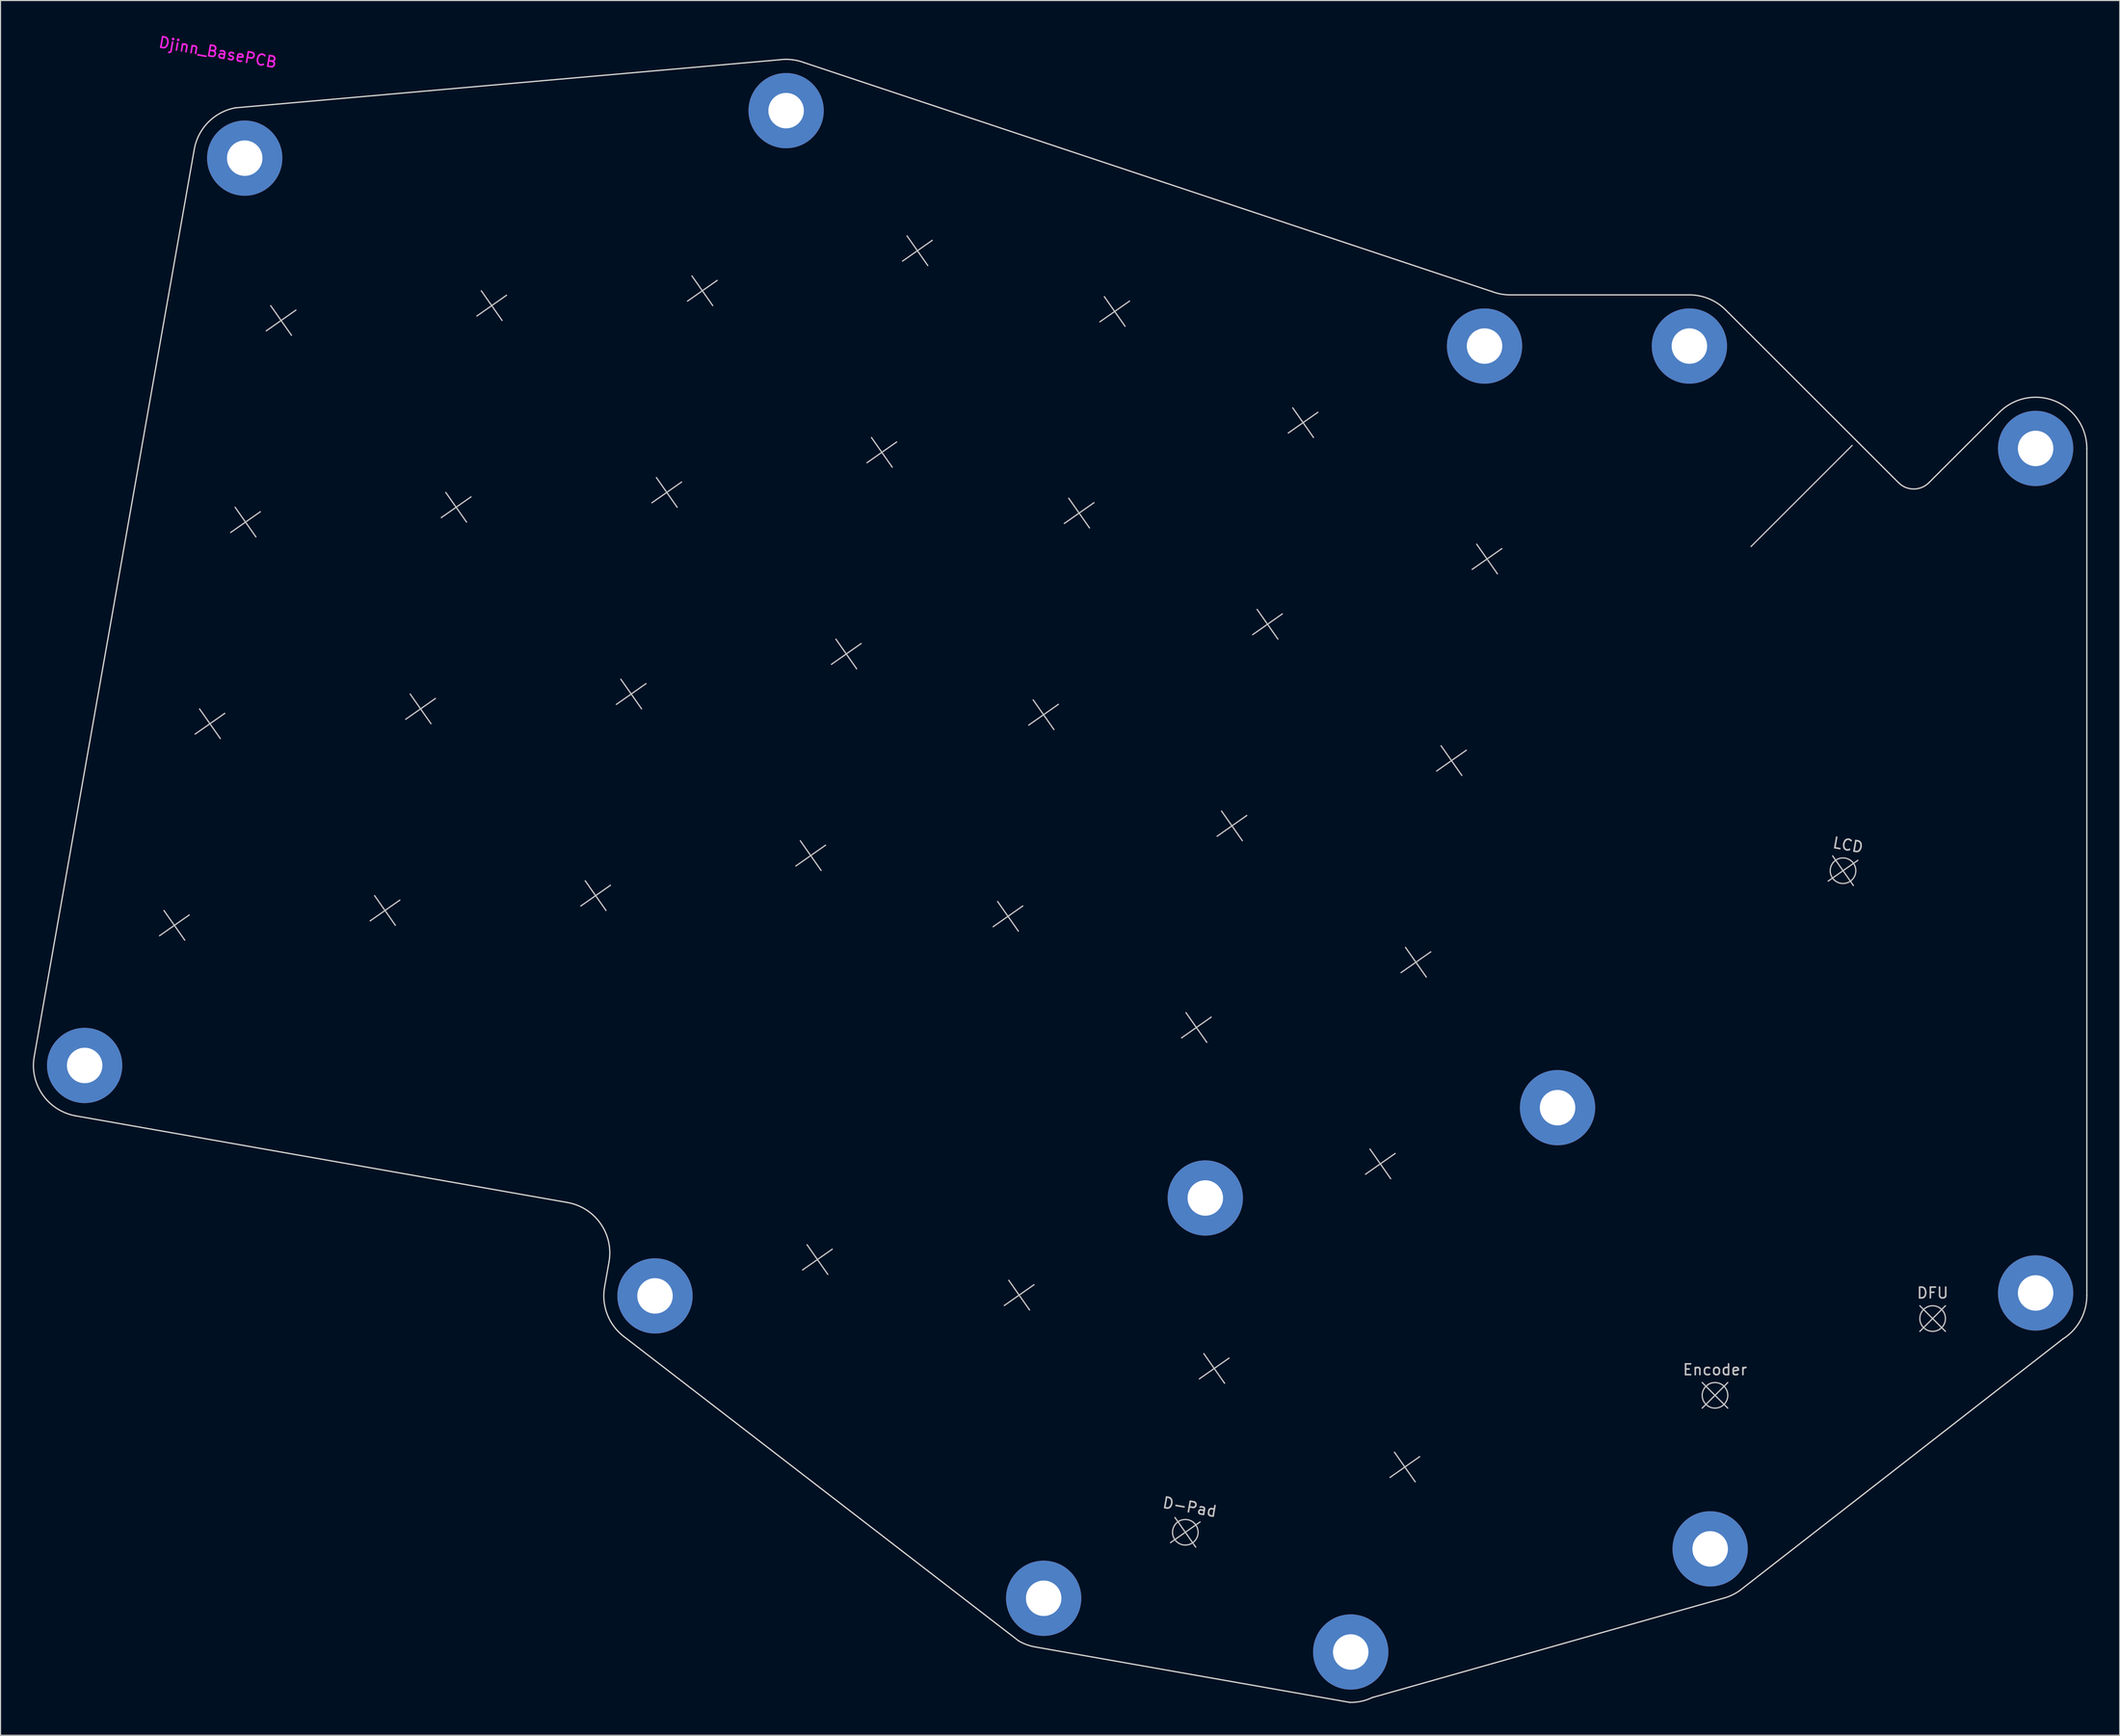
<source format=kicad_pcb>
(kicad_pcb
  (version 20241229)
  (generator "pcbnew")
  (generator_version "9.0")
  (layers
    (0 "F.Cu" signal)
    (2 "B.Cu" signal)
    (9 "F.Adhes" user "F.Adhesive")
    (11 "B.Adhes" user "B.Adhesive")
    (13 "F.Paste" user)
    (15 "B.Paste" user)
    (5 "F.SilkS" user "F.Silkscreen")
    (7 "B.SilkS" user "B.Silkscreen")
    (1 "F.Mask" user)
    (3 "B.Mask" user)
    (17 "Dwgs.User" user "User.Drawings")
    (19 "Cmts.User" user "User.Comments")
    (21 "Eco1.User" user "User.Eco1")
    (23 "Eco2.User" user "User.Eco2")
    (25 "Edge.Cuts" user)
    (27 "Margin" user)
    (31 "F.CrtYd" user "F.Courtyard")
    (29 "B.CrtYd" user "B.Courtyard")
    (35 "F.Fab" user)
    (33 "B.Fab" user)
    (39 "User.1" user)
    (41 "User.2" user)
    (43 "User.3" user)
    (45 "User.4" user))
  (footprint "Djinn_BasePCB"
    (layer "F.Cu")
    (at 23.09 26.77)
    (property "Reference" "Djinn_BasePCB" (at -5.88 -24.95 350) (layer "F.CrtYd") (effects (font (size 1 1) (thickness 0.15))))
    (attr through_hole)
    (fp_line (start -10.89 54.903) (end -8.958 57.661) (stroke (width 0.12) (type solid)) (layer "Dwgs.User"))
    (fp_line (start -8.545 55.316) (end -11.303 57.248) (stroke (width 0.12) (type solid)) (layer "Dwgs.User"))
    (fp_line (start -7.582 36.142) (end -5.65 38.901) (stroke (width 0.12) (type solid)) (layer "Dwgs.User"))
    (fp_line (start -5.237 36.556) (end -7.995 38.487) (stroke (width 0.12) (type solid)) (layer "Dwgs.User"))
    (fp_line (start -4.274 17.381) (end -2.342 20.14) (stroke (width 0.12) (type solid)) (layer "Dwgs.User"))
    (fp_line (start -1.929 17.795) (end -4.687 19.726) (stroke (width 0.12) (type solid)) (layer "Dwgs.User"))
    (fp_line (start -0.966 -1.379) (end 0.966 1.379) (stroke (width 0.12) (type solid)) (layer "Dwgs.User"))
    (fp_line (start 1.379 -0.966) (end -1.379 0.966) (stroke (width 0.12) (type solid)) (layer "Dwgs.User"))
    (fp_line (start 8.698 53.521) (end 10.629 56.279) (stroke (width 0.12) (type solid)) (layer "Dwgs.User"))
    (fp_line (start 11.043 53.934) (end 8.284 55.866) (stroke (width 0.12) (type solid)) (layer "Dwgs.User"))
    (fp_line (start 12.006 34.76) (end 13.937 37.518) (stroke (width 0.12) (type solid)) (layer "Dwgs.User"))
    (fp_line (start 14.351 35.173) (end 11.592 37.105) (stroke (width 0.12) (type solid)) (layer "Dwgs.User"))
    (fp_line (start 15.314 15.999) (end 17.245 18.758) (stroke (width 0.12) (type solid)) (layer "Dwgs.User"))
    (fp_line (start 17.659 16.413) (end 14.9 18.344) (stroke (width 0.12) (type solid)) (layer "Dwgs.User"))
    (fp_line (start 18.622 -2.761) (end 20.553 -0.003) (stroke (width 0.12) (type solid)) (layer "Dwgs.User"))
    (fp_line (start 20.967 -2.348) (end 18.208 -0.416) (stroke (width 0.12) (type solid)) (layer "Dwgs.User"))
    (fp_line (start 28.286 52.138) (end 30.217 54.897) (stroke (width 0.12) (type solid)) (layer "Dwgs.User"))
    (fp_line (start 30.631 52.552) (end 27.872 54.483) (stroke (width 0.12) (type solid)) (layer "Dwgs.User"))
    (fp_line (start 31.594 33.378) (end 33.525 36.136) (stroke (width 0.12) (type solid)) (layer "Dwgs.User"))
    (fp_line (start 33.939 33.791) (end 31.18 35.723) (stroke (width 0.12) (type solid)) (layer "Dwgs.User"))
    (fp_line (start 34.902 14.617) (end 36.833 17.376) (stroke (width 0.12) (type solid)) (layer "Dwgs.User"))
    (fp_line (start 37.247 15.031) (end 34.488 16.962) (stroke (width 0.12) (type solid)) (layer "Dwgs.User"))
    (fp_line (start 38.21 -4.144) (end 40.141 -1.385) (stroke (width 0.12) (type solid)) (layer "Dwgs.User"))
    (fp_line (start 40.555 -3.73) (end 37.796 -1.799) (stroke (width 0.12) (type solid)) (layer "Dwgs.User"))
    (fp_line (start 48.287 48.411) (end 50.218 51.17) (stroke (width 0.12) (type solid)) (layer "Dwgs.User"))
    (fp_line (start 48.913 86) (end 50.844 88.759) (stroke (width 0.12) (type solid)) (layer "Dwgs.User"))
    (fp_line (start 50.632 48.825) (end 47.873 50.756) (stroke (width 0.12) (type solid)) (layer "Dwgs.User"))
    (fp_line (start 51.258 86.414) (end 48.499 88.346) (stroke (width 0.12) (type solid)) (layer "Dwgs.User"))
    (fp_line (start 51.595 29.65) (end 53.526 32.409) (stroke (width 0.12) (type solid)) (layer "Dwgs.User"))
    (fp_line (start 53.94 30.064) (end 51.181 31.996) (stroke (width 0.12) (type solid)) (layer "Dwgs.User"))
    (fp_line (start 54.903 10.89) (end 56.834 13.648) (stroke (width 0.12) (type solid)) (layer "Dwgs.User"))
    (fp_line (start 57.248 11.303) (end 54.489 13.235) (stroke (width 0.12) (type solid)) (layer "Dwgs.User"))
    (fp_line (start 58.211 -7.871) (end 60.142 -5.112) (stroke (width 0.12) (type solid)) (layer "Dwgs.User"))
    (fp_line (start 60.556 -7.457) (end 57.797 -5.526) (stroke (width 0.12) (type solid)) (layer "Dwgs.User"))
    (fp_line (start 66.634 54.064) (end 68.565 56.823) (stroke (width 0.12) (type solid)) (layer "Dwgs.User"))
    (fp_line (start 67.673 89.308) (end 69.605 92.067) (stroke (width 0.12) (type solid)) (layer "Dwgs.User"))
    (fp_line (start 68.979 54.478) (end 66.22 56.409) (stroke (width 0.12) (type solid)) (layer "Dwgs.User"))
    (fp_line (start 69.942 35.304) (end 71.873 38.062) (stroke (width 0.12) (type solid)) (layer "Dwgs.User"))
    (fp_line (start 70.018 89.722) (end 67.26 91.654) (stroke (width 0.12) (type solid)) (layer "Dwgs.User"))
    (fp_line (start 72.287 35.717) (end 69.528 37.649) (stroke (width 0.12) (type solid)) (layer "Dwgs.User"))
    (fp_line (start 73.25 16.543) (end 75.181 19.302) (stroke (width 0.12) (type solid)) (layer "Dwgs.User"))
    (fp_line (start 75.595 16.956) (end 72.836 18.888) (stroke (width 0.12) (type solid)) (layer "Dwgs.User"))
    (fp_line (start 76.558 -2.218) (end 78.489 0.541) (stroke (width 0.12) (type solid)) (layer "Dwgs.User"))
    (fp_line (start 78.903 -1.804) (end 76.144 0.127) (stroke (width 0.12) (type solid)) (layer "Dwgs.User"))
    (fp_line (start 83.126 111.377) (end 85.058 114.136) (stroke (width 0.12) (type solid)) (layer "Dwgs.User"))
    (fp_line (start 84.154 64.408) (end 86.086 67.166) (stroke (width 0.12) (type solid)) (layer "Dwgs.User"))
    (fp_line (start 85.471 111.791) (end 82.712 113.722) (stroke (width 0.12) (type solid)) (layer "Dwgs.User"))
    (fp_line (start 85.814 96.134) (end 87.745 98.893) (stroke (width 0.12) (type solid)) (layer "Dwgs.User"))
    (fp_line (start 86.499 64.821) (end 83.741 66.753) (stroke (width 0.12) (type solid)) (layer "Dwgs.User"))
    (fp_line (start 87.462 45.647) (end 89.394 48.405) (stroke (width 0.12) (type solid)) (layer "Dwgs.User"))
    (fp_line (start 88.159 96.548) (end 85.4 98.479) (stroke (width 0.12) (type solid)) (layer "Dwgs.User"))
    (fp_line (start 89.807 46.06) (end 87.049 47.992) (stroke (width 0.12) (type solid)) (layer "Dwgs.User"))
    (fp_line (start 90.77 26.886) (end 92.702 29.645) (stroke (width 0.12) (type solid)) (layer "Dwgs.User"))
    (fp_line (start 93.115 27.3) (end 90.357 29.231) (stroke (width 0.12) (type solid)) (layer "Dwgs.User"))
    (fp_line (start 94.078 8.126) (end 96.01 10.884) (stroke (width 0.12) (type solid)) (layer "Dwgs.User"))
    (fp_line (start 96.423 8.539) (end 93.665 10.471) (stroke (width 0.12) (type solid)) (layer "Dwgs.User"))
    (fp_line (start 101.261 77.096) (end 103.192 79.854) (stroke (width 0.12) (type solid)) (layer "Dwgs.User"))
    (fp_line (start 103.541 105.305) (end 105.472 108.063) (stroke (width 0.12) (type solid)) (layer "Dwgs.User"))
    (fp_line (start 103.606 77.509) (end 100.847 79.441) (stroke (width 0.12) (type solid)) (layer "Dwgs.User"))
    (fp_line (start 104.569 58.335) (end 106.5 61.094) (stroke (width 0.12) (type solid)) (layer "Dwgs.User"))
    (fp_line (start 105.886 105.718) (end 103.127 107.65) (stroke (width 0.12) (type solid)) (layer "Dwgs.User"))
    (fp_line (start 106.914 58.749) (end 104.155 60.68) (stroke (width 0.12) (type solid)) (layer "Dwgs.User"))
    (fp_line (start 107.877 39.575) (end 109.808 42.333) (stroke (width 0.12) (type solid)) (layer "Dwgs.User"))
    (fp_line (start 110.222 39.988) (end 107.463 41.92) (stroke (width 0.12) (type solid)) (layer "Dwgs.User"))
    (fp_line (start 111.185 20.814) (end 113.116 23.572) (stroke (width 0.12) (type solid)) (layer "Dwgs.User"))
    (fp_line (start 113.53 21.227) (end 110.771 23.159) (stroke (width 0.12) (type solid)) (layer "Dwgs.User"))
    (fp_line (start 132.16 98.822) (end 134.541 101.204) (stroke (width 0.12) (type solid)) (layer "Dwgs.User"))
    (fp_line (start 134.541 98.822) (end 132.16 101.204) (stroke (width 0.12) (type solid)) (layer "Dwgs.User"))
    (fp_line (start 144.291 49.818) (end 146.223 52.576) (stroke (width 0.12) (type solid)) (layer "Dwgs.User"))
    (fp_line (start 146.1 11.632) (end 136.702 21.03) (stroke (width 0.12) (type solid)) (layer "Dwgs.User"))
    (fp_line (start 146.636 50.231) (end 143.878 52.163) (stroke (width 0.12) (type solid)) (layer "Dwgs.User"))
    (fp_line (start 152.401 91.679) (end 154.782 94.06) (stroke (width 0.12) (type solid)) (layer "Dwgs.User"))
    (fp_line (start 154.782 91.679) (end 152.401 94.06) (stroke (width 0.12) (type solid)) (layer "Dwgs.User"))
    (fp_circle (center 84.092 112.756) (end 85.282 112.756) (stroke (width 0.12) (type solid)) (fill no) (layer "Dwgs.User"))
    (fp_circle (center 133.351 100.013) (end 134.541 100.013) (stroke (width 0.12) (type solid)) (fill no) (layer "Dwgs.User"))
    (fp_circle (center 145.257 51.197) (end 146.429 51.404) (stroke (width 0.12) (type solid)) (fill no) (layer "Dwgs.User"))
    (fp_circle (center 153.591 92.869) (end 154.782 92.869) (stroke (width 0.12) (type solid)) (fill no) (layer "Dwgs.User"))
    (fp_line (start -19.095 74.009) (end 26.634 82.072) (stroke (width 0.12) (type solid)) (layer "Edge.Cuts"))
    (fp_line (start -8.072 -15.931) (end -22.958 68.492) (stroke (width 0.12) (type solid)) (layer "Edge.Cuts"))
    (fp_line (start -4.25 -19.787) (end 46.347 -24.258) (stroke (width 0.12) (type solid)) (layer "Edge.Cuts"))
    (fp_line (start 30.498 87.589) (end 30.084 89.934) (stroke (width 0.12) (type solid)) (layer "Edge.Cuts"))
    (fp_line (start 31.849 94.519) (end 68.579 122.853) (stroke (width 0.12) (type solid)) (layer "Edge.Cuts"))
    (fp_line (start 48.648 -23.992) (end 112.603 -2.694) (stroke (width 0.12) (type solid)) (layer "Edge.Cuts"))
    (fp_line (start 70.121 123.424) (end 99.393 128.585) (stroke (width 0.12) (type solid)) (layer "Edge.Cuts"))
    (fp_line (start 101.492 128.13) (end 134.24 118.862) (stroke (width 0.12) (type solid)) (layer "Edge.Cuts"))
    (fp_line (start 114.3 -2.381) (end 130.969 -2.381) (stroke (width 0.12) (type solid)) (layer "Edge.Cuts"))
    (fp_line (start 134.337 -0.986) (end 142.638 7.315) (stroke (width 0.12) (type solid)) (layer "Edge.Cuts"))
    (fp_line (start 135.659 118.173) (end 165.712 94.762) (stroke (width 0.12) (type solid)) (layer "Edge.Cuts"))
    (fp_line (start 142.638 7.315) (end 150.417 15.093) (stroke (width 0.12) (type solid)) (layer "Edge.Cuts"))
    (fp_line (start 159.8 8.539) (end 153.245 15.093) (stroke (width 0.12) (type solid)) (layer "Edge.Cuts"))
    (fp_line (start 167.93 90.737) (end 167.93 11.906) (stroke (width 0.12) (type solid)) (layer "Edge.Cuts"))
    (fp_arc (start -19.094752 74.008891) (mid -22.168963 72.050402) (end -22.957897 68.491746) (stroke (width 0.12) (type solid)) (layer "Edge.Cuts"))
    (fp_arc (start -8.071867 -15.931257) (mid -6.76404 -18.45707) (end -4.24979 -19.78699) (stroke (width 0.12) (type solid)) (layer "Edge.Cuts"))
    (fp_arc (start 26.634369 82.072191) (mid 29.708582 84.030679) (end 30.497519 87.589337) (stroke (width 0.12) (type solid)) (layer "Edge.Cuts"))
    (fp_arc (start 31.848558 94.519399) (mid 30.329485 92.472012) (end 30.084048 89.934467) (stroke (width 0.12) (type solid)) (layer "Edge.Cuts"))
    (fp_arc (start 46.347002 -24.257768) (mid 47.513663 -24.266741) (end 48.647644 -23.992395) (stroke (width 0.12) (type solid)) (layer "Edge.Cuts"))
    (fp_arc (start 70.120878 123.423677) (mid 69.324328 123.208007) (end 68.579175 122.853391) (stroke (width 0.12) (type solid)) (layer "Edge.Cuts"))
    (fp_arc (start 101.491514 128.129564) (mid 100.468512 128.479059) (end 99.392668 128.585082) (stroke (width 0.12) (type solid)) (layer "Edge.Cuts"))
    (fp_arc (start 114.300481 -2.381262) (mid 113.43722 -2.460153) (end 112.602558 -2.694214) (stroke (width 0.12) (type solid)) (layer "Edge.Cuts"))
    (fp_arc (start 130.969298 -2.38124) (mid 132.791828 -2.018717) (end 134.336895 -0.986337) (stroke (width 0.12) (type solid)) (layer "Edge.Cuts"))
    (fp_arc (start 135.659223 118.173102) (mid 134.978496 118.577064) (end 134.240182 118.862489) (stroke (width 0.12) (type solid)) (layer "Edge.Cuts"))
    (fp_arc (start 153.245099 15.093438) (mid 151.830887 15.679226) (end 150.416673 15.093442) (stroke (width 0.12) (type solid)) (layer "Edge.Cuts"))
    (fp_arc (start 159.799839 8.538703) (mid 164.989965 7.506323) (end 167.929935 11.906299) (stroke (width 0.12) (type solid)) (layer "Edge.Cuts"))
    (fp_arc (start 167.929935 90.736655) (mid 167.338842 93.034648) (end 165.712289 94.762214) (stroke (width 0.12) (type solid)) (layer "Edge.Cuts"))
    (fp_text user "D-Pad" (at 84.505 110.411 350) (layer "Dwgs.User") (effects (font (size 1 1) (thickness 0.15))))
    (fp_text user "LCD" (at 145.721 48.813 350) (layer "Dwgs.User") (effects (font (size 1 1) (thickness 0.15))))
    (fp_text user "Encoder" (at 133.351 97.632 0) (layer "Dwgs.User") (effects (font (size 1 1) (thickness 0.15))))
    (fp_text user "DFU" (at 153.591 90.488 0) (layer "Dwgs.User") (effects (font (size 1 1) (thickness 0.15))))
    (pad "1" thru_hole circle (at 111.919 2.381) (size 7 7) (drill 3.3) (layers "*.Cu" "*.Mask"))
    (pad "1" thru_hole circle (at 130.969 2.381 270) (size 7 7) (drill 3.3) (layers "*.Cu" "*.Mask"))
    (pad "~" thru_hole circle (at -18.268 69.319 350) (size 7 7) (drill 3.3) (layers "*.Cu" "*.Mask"))
    (pad "~" thru_hole circle (at -3.382 -15.104 350) (size 7 7) (drill 3.3) (layers "*.Cu" "*.Mask"))
    (pad "~" thru_hole circle (at 34.774 90.761 350) (size 7 7) (drill 3.3) (layers "*.Cu" "*.Mask"))
    (pad "~" thru_hole circle (at 46.967 -19.525 350) (size 7 7) (drill 3.3) (layers "*.Cu" "*.Mask"))
    (pad "~" thru_hole circle (at 70.919 118.897 350) (size 7 7) (drill 3.3) (layers "*.Cu" "*.Mask"))
    (pad "~" thru_hole circle (at 85.95 81.65 350) (size 7 7) (drill 3.3) (layers "*.Cu" "*.Mask"))
    (pad "~" thru_hole circle (at 99.474 123.895 350) (size 7 7) (drill 3.3) (layers "*.Cu" "*.Mask"))
    (pad "~" thru_hole circle (at 118.708 73.246) (size 7 7) (drill 3.3) (layers "*.Cu" "*.Mask"))
    (pad "~" thru_hole circle (at 132.901 114.3 270) (size 7 7) (drill 3.3) (layers "*.Cu" "*.Mask"))
    (pad "~" thru_hole circle (at 163.167 11.906) (size 7 7) (drill 3.3) (layers "*.Cu" "*.Mask"))
    (pad "~" thru_hole circle (at 163.167 90.488) (size 7 7) (drill 3.3) (layers "*.Cu" "*.Mask")))
  (gr_rect
    (start -3 -3)
    (end 194.08 158.416)
    (stroke (width 0.1) (type default))
    (fill no)
    (layer "Edge.Cuts")))
</source>
